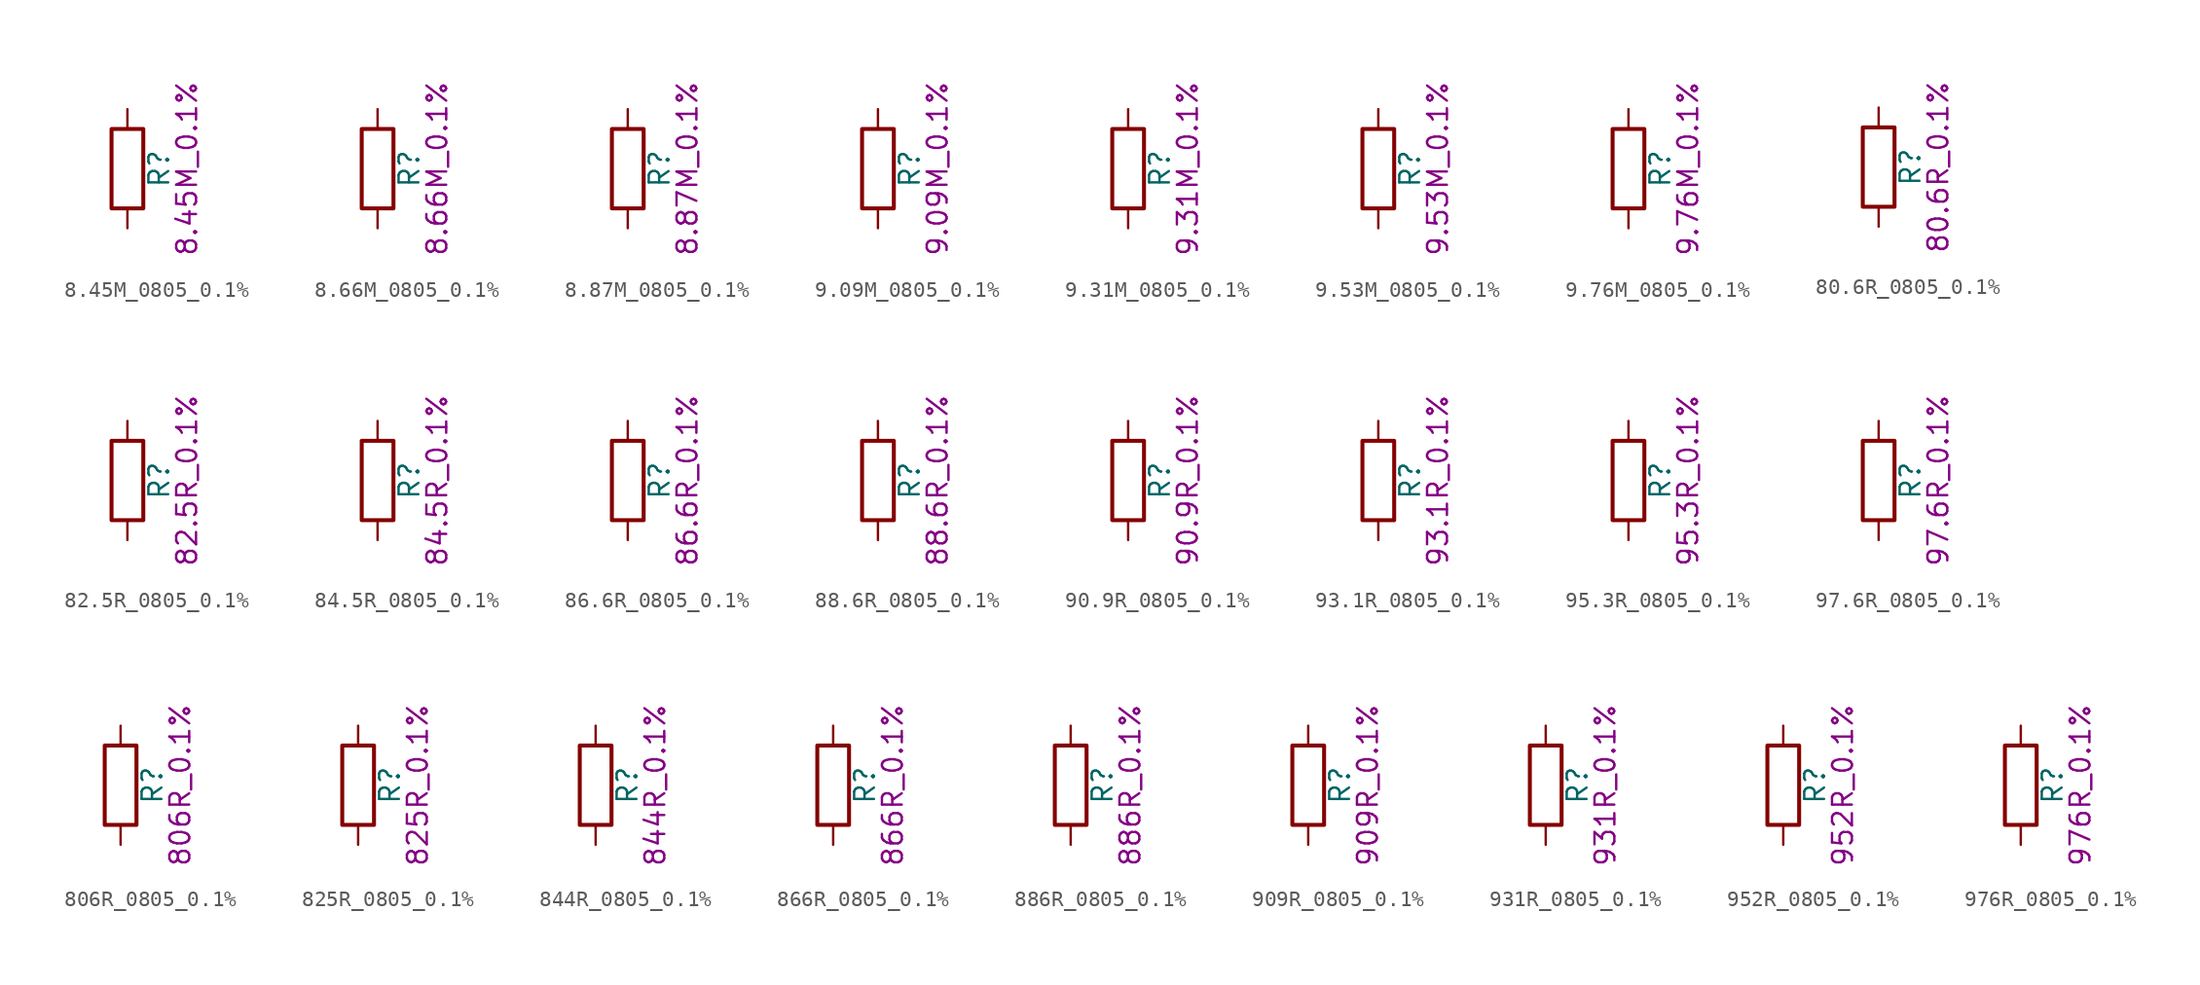
<source format=kicad_sym>
(kicad_symbol_lib
  (version 20211014)
  (generator kicad_symbol_editor)
  (symbol "8.45M_0805_0.1%"
    (pin_numbers hide)
    (pin_names
      (offset 0))
    (property "Reference" "R"
      (at 2.032 0 90)
      (effects (font (size 1.27 1.27))))
    (property "Display" "8.45M_0.1%"
      (at 3.81 0 90)
      (effects (font (size 1.27 1.27))))
    (symbol "8.45M_0805_0.1%_0_1"
      (rectangle (start -1.016 -2.54) (end 1.016 2.54) (stroke (width 0.254) (type default) (color 0 0 0 0)) (fill (type none))))
    (symbol "8.45M_0805_0.1%_1_1"
      (pin passive line (at 0 3.81 270) (length 1.27) (name "~" (effects (font (size 1.27 1.27)))) (number "1" (effects (font (size 1.27 1.27)))))
      (pin passive line (at 0 -3.81 90) (length 1.27) (name "~" (effects (font (size 1.27 1.27)))) (number "2" (effects (font (size 1.27 1.27)))))))
  (symbol "8.66M_0805_0.1%"
    (pin_numbers hide)
    (pin_names
      (offset 0))
    (property "Reference" "R"
      (at 2.032 0 90)
      (effects (font (size 1.27 1.27))))
    (property "Display" "8.66M_0.1%"
      (at 3.81 0 90)
      (effects (font (size 1.27 1.27))))
    (symbol "8.66M_0805_0.1%_0_1"
      (rectangle (start -1.016 -2.54) (end 1.016 2.54) (stroke (width 0.254) (type default) (color 0 0 0 0)) (fill (type none))))
    (symbol "8.66M_0805_0.1%_1_1"
      (pin passive line (at 0 3.81 270) (length 1.27) (name "~" (effects (font (size 1.27 1.27)))) (number "1" (effects (font (size 1.27 1.27)))))
      (pin passive line (at 0 -3.81 90) (length 1.27) (name "~" (effects (font (size 1.27 1.27)))) (number "2" (effects (font (size 1.27 1.27)))))))
  (symbol "8.87M_0805_0.1%"
    (pin_numbers hide)
    (pin_names
      (offset 0))
    (property "Reference" "R"
      (at 2.032 0 90)
      (effects (font (size 1.27 1.27))))
    (property "Display" "8.87M_0.1%"
      (at 3.81 0 90)
      (effects (font (size 1.27 1.27))))
    (symbol "8.87M_0805_0.1%_0_1"
      (rectangle (start -1.016 -2.54) (end 1.016 2.54) (stroke (width 0.254) (type default) (color 0 0 0 0)) (fill (type none))))
    (symbol "8.87M_0805_0.1%_1_1"
      (pin passive line (at 0 3.81 270) (length 1.27) (name "~" (effects (font (size 1.27 1.27)))) (number "1" (effects (font (size 1.27 1.27)))))
      (pin passive line (at 0 -3.81 90) (length 1.27) (name "~" (effects (font (size 1.27 1.27)))) (number "2" (effects (font (size 1.27 1.27)))))))
  (symbol "9.09M_0805_0.1%"
    (pin_numbers hide)
    (pin_names
      (offset 0))
    (property "Reference" "R"
      (at 2.032 0 90)
      (effects (font (size 1.27 1.27))))
    (property "Display" "9.09M_0.1%"
      (at 3.81 0 90)
      (effects (font (size 1.27 1.27))))
    (symbol "9.09M_0805_0.1%_0_1"
      (rectangle (start -1.016 -2.54) (end 1.016 2.54) (stroke (width 0.254) (type default) (color 0 0 0 0)) (fill (type none))))
    (symbol "9.09M_0805_0.1%_1_1"
      (pin passive line (at 0 3.81 270) (length 1.27) (name "~" (effects (font (size 1.27 1.27)))) (number "1" (effects (font (size 1.27 1.27)))))
      (pin passive line (at 0 -3.81 90) (length 1.27) (name "~" (effects (font (size 1.27 1.27)))) (number "2" (effects (font (size 1.27 1.27)))))))
  (symbol "9.31M_0805_0.1%"
    (pin_numbers hide)
    (pin_names
      (offset 0))
    (property "Reference" "R"
      (at 2.032 0 90)
      (effects (font (size 1.27 1.27))))
    (property "Display" "9.31M_0.1%"
      (at 3.81 0 90)
      (effects (font (size 1.27 1.27))))
    (symbol "9.31M_0805_0.1%_0_1"
      (rectangle (start -1.016 -2.54) (end 1.016 2.54) (stroke (width 0.254) (type default) (color 0 0 0 0)) (fill (type none))))
    (symbol "9.31M_0805_0.1%_1_1"
      (pin passive line (at 0 3.81 270) (length 1.27) (name "~" (effects (font (size 1.27 1.27)))) (number "1" (effects (font (size 1.27 1.27)))))
      (pin passive line (at 0 -3.81 90) (length 1.27) (name "~" (effects (font (size 1.27 1.27)))) (number "2" (effects (font (size 1.27 1.27)))))))
  (symbol "9.53M_0805_0.1%"
    (pin_numbers hide)
    (pin_names
      (offset 0))
    (property "Reference" "R"
      (at 2.032 0 90)
      (effects (font (size 1.27 1.27))))
    (property "Display" "9.53M_0.1%"
      (at 3.81 0 90)
      (effects (font (size 1.27 1.27))))
    (symbol "9.53M_0805_0.1%_0_1"
      (rectangle (start -1.016 -2.54) (end 1.016 2.54) (stroke (width 0.254) (type default) (color 0 0 0 0)) (fill (type none))))
    (symbol "9.53M_0805_0.1%_1_1"
      (pin passive line (at 0 3.81 270) (length 1.27) (name "~" (effects (font (size 1.27 1.27)))) (number "1" (effects (font (size 1.27 1.27)))))
      (pin passive line (at 0 -3.81 90) (length 1.27) (name "~" (effects (font (size 1.27 1.27)))) (number "2" (effects (font (size 1.27 1.27)))))))
  (symbol "9.76M_0805_0.1%"
    (pin_numbers hide)
    (pin_names
      (offset 0))
    (property "Reference" "R"
      (at 2.032 0 90)
      (effects (font (size 1.27 1.27))))
    (property "Display" "9.76M_0.1%"
      (at 3.81 0 90)
      (effects (font (size 1.27 1.27))))
    (symbol "9.76M_0805_0.1%_0_1"
      (rectangle (start -1.016 -2.54) (end 1.016 2.54) (stroke (width 0.254) (type default) (color 0 0 0 0)) (fill (type none))))
    (symbol "9.76M_0805_0.1%_1_1"
      (pin passive line (at 0 3.81 270) (length 1.27) (name "~" (effects (font (size 1.27 1.27)))) (number "1" (effects (font (size 1.27 1.27)))))
      (pin passive line (at 0 -3.81 90) (length 1.27) (name "~" (effects (font (size 1.27 1.27)))) (number "2" (effects (font (size 1.27 1.27)))))))
  (symbol "80.6R_0805_0.1%"
    (pin_numbers hide)
    (pin_names
      (offset 0))
    (property "Reference" "R"
      (at 2.032 0 90)
      (effects (font (size 1.27 1.27))))
    (property "Display" "80.6R_0.1%"
      (at 3.81 0 90)
      (effects (font (size 1.27 1.27))))
    (symbol "80.6R_0805_0.1%_0_1"
      (rectangle (start -1.016 -2.54) (end 1.016 2.54) (stroke (width 0.254) (type default) (color 0 0 0 0)) (fill (type none))))
    (symbol "80.6R_0805_0.1%_1_1"
      (pin passive line (at 0 3.81 270) (length 1.27) (name "~" (effects (font (size 1.27 1.27)))) (number "1" (effects (font (size 1.27 1.27)))))
      (pin passive line (at 0 -3.81 90) (length 1.27) (name "~" (effects (font (size 1.27 1.27)))) (number "2" (effects (font (size 1.27 1.27)))))))
  (symbol "82.5R_0805_0.1%"
    (pin_numbers hide)
    (pin_names
      (offset 0))
    (property "Reference" "R"
      (at 2.032 0 90)
      (effects (font (size 1.27 1.27))))
    (property "Display" "82.5R_0.1%"
      (at 3.81 0 90)
      (effects (font (size 1.27 1.27))))
    (symbol "82.5R_0805_0.1%_0_1"
      (rectangle (start -1.016 -2.54) (end 1.016 2.54) (stroke (width 0.254) (type default) (color 0 0 0 0)) (fill (type none))))
    (symbol "82.5R_0805_0.1%_1_1"
      (pin passive line (at 0 3.81 270) (length 1.27) (name "~" (effects (font (size 1.27 1.27)))) (number "1" (effects (font (size 1.27 1.27)))))
      (pin passive line (at 0 -3.81 90) (length 1.27) (name "~" (effects (font (size 1.27 1.27)))) (number "2" (effects (font (size 1.27 1.27)))))))
  (symbol "84.5R_0805_0.1%"
    (pin_numbers hide)
    (pin_names
      (offset 0))
    (property "Reference" "R"
      (at 2.032 0 90)
      (effects (font (size 1.27 1.27))))
    (property "Display" "84.5R_0.1%"
      (at 3.81 0 90)
      (effects (font (size 1.27 1.27))))
    (symbol "84.5R_0805_0.1%_0_1"
      (rectangle (start -1.016 -2.54) (end 1.016 2.54) (stroke (width 0.254) (type default) (color 0 0 0 0)) (fill (type none))))
    (symbol "84.5R_0805_0.1%_1_1"
      (pin passive line (at 0 3.81 270) (length 1.27) (name "~" (effects (font (size 1.27 1.27)))) (number "1" (effects (font (size 1.27 1.27)))))
      (pin passive line (at 0 -3.81 90) (length 1.27) (name "~" (effects (font (size 1.27 1.27)))) (number "2" (effects (font (size 1.27 1.27)))))))
  (symbol "86.6R_0805_0.1%"
    (pin_numbers hide)
    (pin_names
      (offset 0))
    (property "Reference" "R"
      (at 2.032 0 90)
      (effects (font (size 1.27 1.27))))
    (property "Display" "86.6R_0.1%"
      (at 3.81 0 90)
      (effects (font (size 1.27 1.27))))
    (symbol "86.6R_0805_0.1%_0_1"
      (rectangle (start -1.016 -2.54) (end 1.016 2.54) (stroke (width 0.254) (type default) (color 0 0 0 0)) (fill (type none))))
    (symbol "86.6R_0805_0.1%_1_1"
      (pin passive line (at 0 3.81 270) (length 1.27) (name "~" (effects (font (size 1.27 1.27)))) (number "1" (effects (font (size 1.27 1.27)))))
      (pin passive line (at 0 -3.81 90) (length 1.27) (name "~" (effects (font (size 1.27 1.27)))) (number "2" (effects (font (size 1.27 1.27)))))))
  (symbol "88.6R_0805_0.1%"
    (pin_numbers hide)
    (pin_names
      (offset 0))
    (property "Reference" "R"
      (at 2.032 0 90)
      (effects (font (size 1.27 1.27))))
    (property "Display" "88.6R_0.1%"
      (at 3.81 0 90)
      (effects (font (size 1.27 1.27))))
    (symbol "88.6R_0805_0.1%_0_1"
      (rectangle (start -1.016 -2.54) (end 1.016 2.54) (stroke (width 0.254) (type default) (color 0 0 0 0)) (fill (type none))))
    (symbol "88.6R_0805_0.1%_1_1"
      (pin passive line (at 0 3.81 270) (length 1.27) (name "~" (effects (font (size 1.27 1.27)))) (number "1" (effects (font (size 1.27 1.27)))))
      (pin passive line (at 0 -3.81 90) (length 1.27) (name "~" (effects (font (size 1.27 1.27)))) (number "2" (effects (font (size 1.27 1.27)))))))
  (symbol "90.9R_0805_0.1%"
    (pin_numbers hide)
    (pin_names
      (offset 0))
    (property "Reference" "R"
      (at 2.032 0 90)
      (effects (font (size 1.27 1.27))))
    (property "Display" "90.9R_0.1%"
      (at 3.81 0 90)
      (effects (font (size 1.27 1.27))))
    (symbol "90.9R_0805_0.1%_0_1"
      (rectangle (start -1.016 -2.54) (end 1.016 2.54) (stroke (width 0.254) (type default) (color 0 0 0 0)) (fill (type none))))
    (symbol "90.9R_0805_0.1%_1_1"
      (pin passive line (at 0 3.81 270) (length 1.27) (name "~" (effects (font (size 1.27 1.27)))) (number "1" (effects (font (size 1.27 1.27)))))
      (pin passive line (at 0 -3.81 90) (length 1.27) (name "~" (effects (font (size 1.27 1.27)))) (number "2" (effects (font (size 1.27 1.27)))))))
  (symbol "93.1R_0805_0.1%"
    (pin_numbers hide)
    (pin_names
      (offset 0))
    (property "Reference" "R"
      (at 2.032 0 90)
      (effects (font (size 1.27 1.27))))
    (property "Display" "93.1R_0.1%"
      (at 3.81 0 90)
      (effects (font (size 1.27 1.27))))
    (symbol "93.1R_0805_0.1%_0_1"
      (rectangle (start -1.016 -2.54) (end 1.016 2.54) (stroke (width 0.254) (type default) (color 0 0 0 0)) (fill (type none))))
    (symbol "93.1R_0805_0.1%_1_1"
      (pin passive line (at 0 3.81 270) (length 1.27) (name "~" (effects (font (size 1.27 1.27)))) (number "1" (effects (font (size 1.27 1.27)))))
      (pin passive line (at 0 -3.81 90) (length 1.27) (name "~" (effects (font (size 1.27 1.27)))) (number "2" (effects (font (size 1.27 1.27)))))))
  (symbol "95.3R_0805_0.1%"
    (pin_numbers hide)
    (pin_names
      (offset 0))
    (property "Reference" "R"
      (at 2.032 0 90)
      (effects (font (size 1.27 1.27))))
    (property "Display" "95.3R_0.1%"
      (at 3.81 0 90)
      (effects (font (size 1.27 1.27))))
    (symbol "95.3R_0805_0.1%_0_1"
      (rectangle (start -1.016 -2.54) (end 1.016 2.54) (stroke (width 0.254) (type default) (color 0 0 0 0)) (fill (type none))))
    (symbol "95.3R_0805_0.1%_1_1"
      (pin passive line (at 0 3.81 270) (length 1.27) (name "~" (effects (font (size 1.27 1.27)))) (number "1" (effects (font (size 1.27 1.27)))))
      (pin passive line (at 0 -3.81 90) (length 1.27) (name "~" (effects (font (size 1.27 1.27)))) (number "2" (effects (font (size 1.27 1.27)))))))
  (symbol "97.6R_0805_0.1%"
    (pin_numbers hide)
    (pin_names
      (offset 0))
    (property "Reference" "R"
      (at 2.032 0 90)
      (effects (font (size 1.27 1.27))))
    (property "Display" "97.6R_0.1%"
      (at 3.81 0 90)
      (effects (font (size 1.27 1.27))))
    (symbol "97.6R_0805_0.1%_0_1"
      (rectangle (start -1.016 -2.54) (end 1.016 2.54) (stroke (width 0.254) (type default) (color 0 0 0 0)) (fill (type none))))
    (symbol "97.6R_0805_0.1%_1_1"
      (pin passive line (at 0 3.81 270) (length 1.27) (name "~" (effects (font (size 1.27 1.27)))) (number "1" (effects (font (size 1.27 1.27)))))
      (pin passive line (at 0 -3.81 90) (length 1.27) (name "~" (effects (font (size 1.27 1.27)))) (number "2" (effects (font (size 1.27 1.27)))))))
  (symbol "806R_0805_0.1%"
    (pin_numbers hide)
    (pin_names
      (offset 0))
    (property "Reference" "R"
      (at 2.032 0 90)
      (effects (font (size 1.27 1.27))))
    (property "Display" "806R_0.1%"
      (at 3.81 0 90)
      (effects (font (size 1.27 1.27))))
    (symbol "806R_0805_0.1%_0_1"
      (rectangle (start -1.016 -2.54) (end 1.016 2.54) (stroke (width 0.254) (type default) (color 0 0 0 0)) (fill (type none))))
    (symbol "806R_0805_0.1%_1_1"
      (pin passive line (at 0 3.81 270) (length 1.27) (name "~" (effects (font (size 1.27 1.27)))) (number "1" (effects (font (size 1.27 1.27)))))
      (pin passive line (at 0 -3.81 90) (length 1.27) (name "~" (effects (font (size 1.27 1.27)))) (number "2" (effects (font (size 1.27 1.27)))))))
  (symbol "825R_0805_0.1%"
    (pin_numbers hide)
    (pin_names
      (offset 0))
    (property "Reference" "R"
      (at 2.032 0 90)
      (effects (font (size 1.27 1.27))))
    (property "Display" "825R_0.1%"
      (at 3.81 0 90)
      (effects (font (size 1.27 1.27))))
    (symbol "825R_0805_0.1%_0_1"
      (rectangle (start -1.016 -2.54) (end 1.016 2.54) (stroke (width 0.254) (type default) (color 0 0 0 0)) (fill (type none))))
    (symbol "825R_0805_0.1%_1_1"
      (pin passive line (at 0 3.81 270) (length 1.27) (name "~" (effects (font (size 1.27 1.27)))) (number "1" (effects (font (size 1.27 1.27)))))
      (pin passive line (at 0 -3.81 90) (length 1.27) (name "~" (effects (font (size 1.27 1.27)))) (number "2" (effects (font (size 1.27 1.27)))))))
  (symbol "844R_0805_0.1%"
    (pin_numbers hide)
    (pin_names
      (offset 0))
    (property "Reference" "R"
      (at 2.032 0 90)
      (effects (font (size 1.27 1.27))))
    (property "Display" "844R_0.1%"
      (at 3.81 0 90)
      (effects (font (size 1.27 1.27))))
    (symbol "844R_0805_0.1%_0_1"
      (rectangle (start -1.016 -2.54) (end 1.016 2.54) (stroke (width 0.254) (type default) (color 0 0 0 0)) (fill (type none))))
    (symbol "844R_0805_0.1%_1_1"
      (pin passive line (at 0 3.81 270) (length 1.27) (name "~" (effects (font (size 1.27 1.27)))) (number "1" (effects (font (size 1.27 1.27)))))
      (pin passive line (at 0 -3.81 90) (length 1.27) (name "~" (effects (font (size 1.27 1.27)))) (number "2" (effects (font (size 1.27 1.27)))))))
  (symbol "866R_0805_0.1%"
    (pin_numbers hide)
    (pin_names
      (offset 0))
    (property "Reference" "R"
      (at 2.032 0 90)
      (effects (font (size 1.27 1.27))))
    (property "Display" "866R_0.1%"
      (at 3.81 0 90)
      (effects (font (size 1.27 1.27))))
    (symbol "866R_0805_0.1%_0_1"
      (rectangle (start -1.016 -2.54) (end 1.016 2.54) (stroke (width 0.254) (type default) (color 0 0 0 0)) (fill (type none))))
    (symbol "866R_0805_0.1%_1_1"
      (pin passive line (at 0 3.81 270) (length 1.27) (name "~" (effects (font (size 1.27 1.27)))) (number "1" (effects (font (size 1.27 1.27)))))
      (pin passive line (at 0 -3.81 90) (length 1.27) (name "~" (effects (font (size 1.27 1.27)))) (number "2" (effects (font (size 1.27 1.27)))))))
  (symbol "886R_0805_0.1%"
    (pin_numbers hide)
    (pin_names
      (offset 0))
    (property "Reference" "R"
      (at 2.032 0 90)
      (effects (font (size 1.27 1.27))))
    (property "Display" "886R_0.1%"
      (at 3.81 0 90)
      (effects (font (size 1.27 1.27))))
    (symbol "886R_0805_0.1%_0_1"
      (rectangle (start -1.016 -2.54) (end 1.016 2.54) (stroke (width 0.254) (type default) (color 0 0 0 0)) (fill (type none))))
    (symbol "886R_0805_0.1%_1_1"
      (pin passive line (at 0 3.81 270) (length 1.27) (name "~" (effects (font (size 1.27 1.27)))) (number "1" (effects (font (size 1.27 1.27)))))
      (pin passive line (at 0 -3.81 90) (length 1.27) (name "~" (effects (font (size 1.27 1.27)))) (number "2" (effects (font (size 1.27 1.27)))))))
  (symbol "909R_0805_0.1%"
    (pin_numbers hide)
    (pin_names
      (offset 0))
    (property "Reference" "R"
      (at 2.032 0 90)
      (effects (font (size 1.27 1.27))))
    (property "Display" "909R_0.1%"
      (at 3.81 0 90)
      (effects (font (size 1.27 1.27))))
    (symbol "909R_0805_0.1%_0_1"
      (rectangle (start -1.016 -2.54) (end 1.016 2.54) (stroke (width 0.254) (type default) (color 0 0 0 0)) (fill (type none))))
    (symbol "909R_0805_0.1%_1_1"
      (pin passive line (at 0 3.81 270) (length 1.27) (name "~" (effects (font (size 1.27 1.27)))) (number "1" (effects (font (size 1.27 1.27)))))
      (pin passive line (at 0 -3.81 90) (length 1.27) (name "~" (effects (font (size 1.27 1.27)))) (number "2" (effects (font (size 1.27 1.27)))))))
  (symbol "931R_0805_0.1%"
    (pin_numbers hide)
    (pin_names
      (offset 0))
    (property "Reference" "R"
      (at 2.032 0 90)
      (effects (font (size 1.27 1.27))))
    (property "Display" "931R_0.1%"
      (at 3.81 0 90)
      (effects (font (size 1.27 1.27))))
    (symbol "931R_0805_0.1%_0_1"
      (rectangle (start -1.016 -2.54) (end 1.016 2.54) (stroke (width 0.254) (type default) (color 0 0 0 0)) (fill (type none))))
    (symbol "931R_0805_0.1%_1_1"
      (pin passive line (at 0 3.81 270) (length 1.27) (name "~" (effects (font (size 1.27 1.27)))) (number "1" (effects (font (size 1.27 1.27)))))
      (pin passive line (at 0 -3.81 90) (length 1.27) (name "~" (effects (font (size 1.27 1.27)))) (number "2" (effects (font (size 1.27 1.27)))))))
  (symbol "952R_0805_0.1%"
    (pin_numbers hide)
    (pin_names
      (offset 0))
    (property "Reference" "R"
      (at 2.032 0 90)
      (effects (font (size 1.27 1.27))))
    (property "Display" "952R_0.1%"
      (at 3.81 0 90)
      (effects (font (size 1.27 1.27))))
    (symbol "952R_0805_0.1%_0_1"
      (rectangle (start -1.016 -2.54) (end 1.016 2.54) (stroke (width 0.254) (type default) (color 0 0 0 0)) (fill (type none))))
    (symbol "952R_0805_0.1%_1_1"
      (pin passive line (at 0 3.81 270) (length 1.27) (name "~" (effects (font (size 1.27 1.27)))) (number "1" (effects (font (size 1.27 1.27)))))
      (pin passive line (at 0 -3.81 90) (length 1.27) (name "~" (effects (font (size 1.27 1.27)))) (number "2" (effects (font (size 1.27 1.27)))))))
  (symbol "976R_0805_0.1%"
    (pin_numbers hide)
    (pin_names
      (offset 0))
    (property "Reference" "R"
      (at 2.032 0 90)
      (effects (font (size 1.27 1.27))))
    (property "Display" "976R_0.1%"
      (at 3.81 0 90)
      (effects (font (size 1.27 1.27))))
    (symbol "976R_0805_0.1%_0_1"
      (rectangle (start -1.016 -2.54) (end 1.016 2.54) (stroke (width 0.254) (type default) (color 0 0 0 0)) (fill (type none))))
    (symbol "976R_0805_0.1%_1_1"
      (pin passive line (at 0 3.81 270) (length 1.27) (name "~" (effects (font (size 1.27 1.27)))) (number "1" (effects (font (size 1.27 1.27)))))
      (pin passive line (at 0 -3.81 90) (length 1.27) (name "~" (effects (font (size 1.27 1.27)))) (number "2" (effects (font (size 1.27 1.27))))))))
</source>
